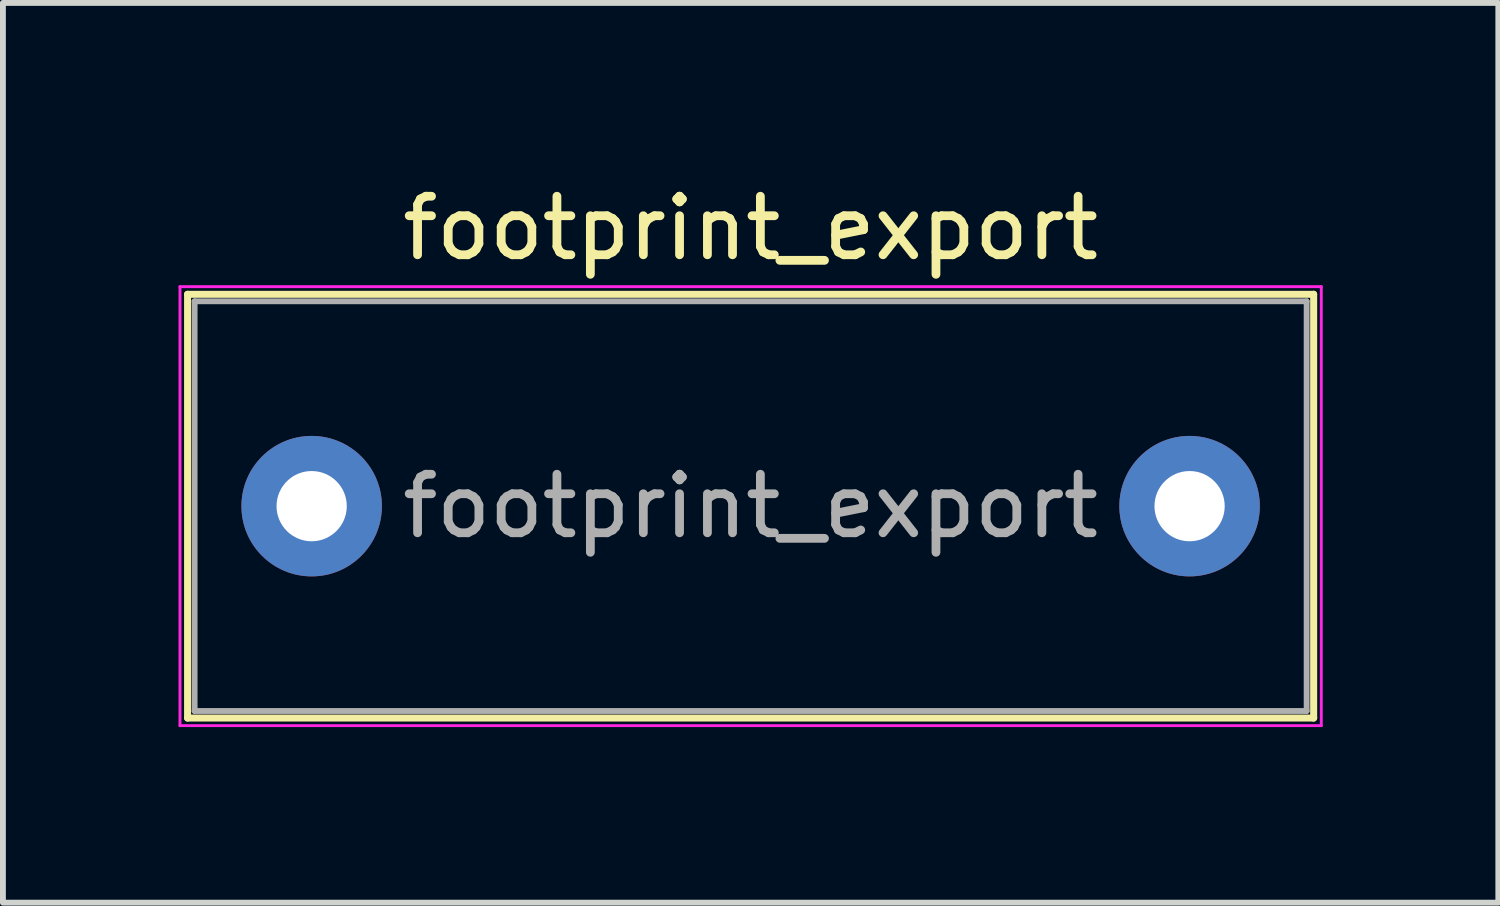
<source format=kicad_pcb>
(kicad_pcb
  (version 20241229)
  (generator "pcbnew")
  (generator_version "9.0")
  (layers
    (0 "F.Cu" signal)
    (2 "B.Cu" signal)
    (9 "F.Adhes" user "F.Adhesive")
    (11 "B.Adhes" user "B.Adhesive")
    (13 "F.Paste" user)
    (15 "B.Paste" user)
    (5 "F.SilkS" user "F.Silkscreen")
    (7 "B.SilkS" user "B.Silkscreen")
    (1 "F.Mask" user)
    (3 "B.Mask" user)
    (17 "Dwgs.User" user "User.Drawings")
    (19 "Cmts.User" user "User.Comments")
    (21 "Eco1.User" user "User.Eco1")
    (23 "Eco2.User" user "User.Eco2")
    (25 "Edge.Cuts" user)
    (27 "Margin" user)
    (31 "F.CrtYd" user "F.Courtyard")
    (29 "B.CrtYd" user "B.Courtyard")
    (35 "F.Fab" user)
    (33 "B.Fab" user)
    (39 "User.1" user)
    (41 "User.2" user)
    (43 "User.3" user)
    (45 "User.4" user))
  (footprint "footprint_export"
    (layer "F.Cu")
    (at 2.275 5.598)
    (property "Reference" "footprint_export" (at 7.5 -4.75 0) (layer "F.SilkS") (effects (font (size 1 1) (thickness 0.15))))
    (attr through_hole)
    (fp_line (start -2.12 -3.62) (end -2.12 3.62) (stroke (width 0.12) (type solid)) (layer "F.SilkS"))
    (fp_line (start -2.12 -3.62) (end 17.12 -3.62) (stroke (width 0.12) (type solid)) (layer "F.SilkS"))
    (fp_line (start -2.12 3.62) (end 17.12 3.62) (stroke (width 0.12) (type solid)) (layer "F.SilkS"))
    (fp_line (start 17.12 -3.62) (end 17.12 3.62) (stroke (width 0.12) (type solid)) (layer "F.SilkS"))
    (fp_line (start -2.25 -3.75) (end -2.25 3.75) (stroke (width 0.05) (type solid)) (layer "F.CrtYd"))
    (fp_line (start -2.25 3.75) (end 17.25 3.75) (stroke (width 0.05) (type solid)) (layer "F.CrtYd"))
    (fp_line (start 17.25 -3.75) (end -2.25 -3.75) (stroke (width 0.05) (type solid)) (layer "F.CrtYd"))
    (fp_line (start 17.25 3.75) (end 17.25 -3.75) (stroke (width 0.05) (type solid)) (layer "F.CrtYd"))
    (fp_line (start -2 -3.5) (end -2 3.5) (stroke (width 0.1) (type solid)) (layer "F.Fab"))
    (fp_line (start -2 3.5) (end 17 3.5) (stroke (width 0.1) (type solid)) (layer "F.Fab"))
    (fp_line (start 17 -3.5) (end -2 -3.5) (stroke (width 0.1) (type solid)) (layer "F.Fab"))
    (fp_line (start 17 3.5) (end 17 -3.5) (stroke (width 0.1) (type solid)) (layer "F.Fab"))
    (fp_text user "${REFERENCE}" (at 7.5 0 0) (layer "F.Fab") (effects (font (size 1 1) (thickness 0.15))))
    (pad "1" thru_hole circle (at 0 0) (size 2.4 2.4) (drill 1.2) (layers "*.Cu" "*.Mask"))
    (pad "2" thru_hole circle (at 15 0) (size 2.4 2.4) (drill 1.2) (layers "*.Cu" "*.Mask")))
  (gr_rect
    (start -3 -3)
    (end 22.55 12.373)
    (stroke (width 0.1) (type default))
    (fill no)
    (layer "Edge.Cuts")))
</source>
